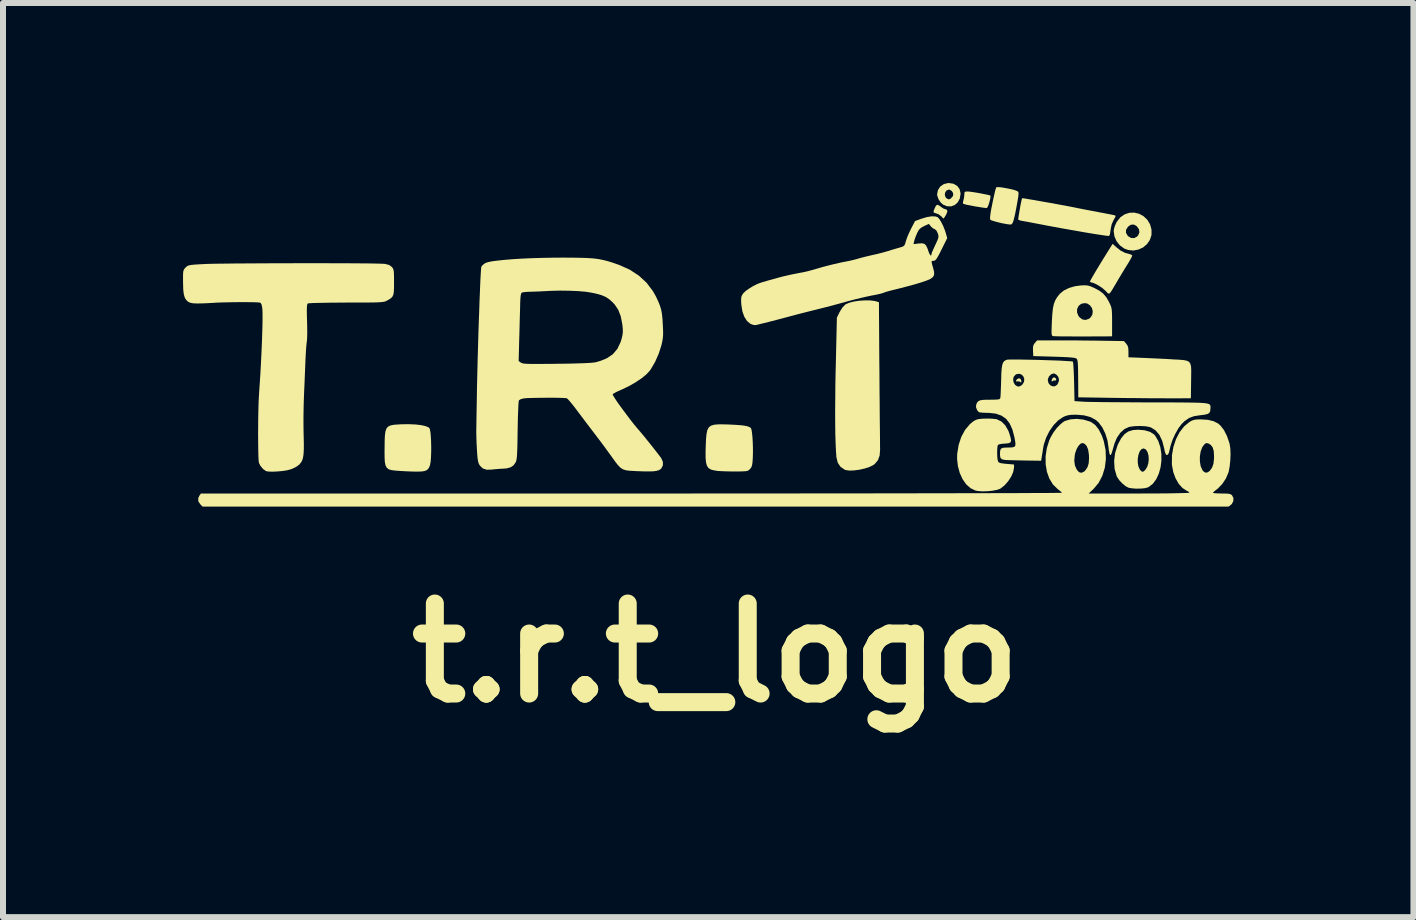
<source format=kicad_pcb>
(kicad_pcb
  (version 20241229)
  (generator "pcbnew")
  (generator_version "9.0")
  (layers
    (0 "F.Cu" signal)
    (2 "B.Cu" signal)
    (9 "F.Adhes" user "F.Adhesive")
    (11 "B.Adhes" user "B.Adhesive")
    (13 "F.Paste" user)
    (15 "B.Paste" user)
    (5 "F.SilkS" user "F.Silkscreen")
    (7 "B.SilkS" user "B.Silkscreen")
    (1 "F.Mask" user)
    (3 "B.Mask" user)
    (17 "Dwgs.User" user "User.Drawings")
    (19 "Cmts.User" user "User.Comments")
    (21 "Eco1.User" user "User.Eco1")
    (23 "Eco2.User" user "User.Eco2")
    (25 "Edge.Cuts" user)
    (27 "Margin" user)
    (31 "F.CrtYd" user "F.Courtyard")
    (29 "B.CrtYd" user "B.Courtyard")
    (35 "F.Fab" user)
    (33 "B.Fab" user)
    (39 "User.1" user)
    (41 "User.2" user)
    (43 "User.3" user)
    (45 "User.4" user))
  (footprint "t.r.t_logo"
    (layer "F.Cu")
    (at 8.862 2.829)
    (property "Reference" "t.r.t_logo" (at 0.013 5 0) (layer "F.SilkS") (effects (font (size 1.5 1.5) (thickness 0.3))))
    (attr board_only exclude_from_pos_files exclude_from_bom)
    (fp_poly (pts (xy 5.665 0.411) (xy 5.686 0.432) (xy 5.69 0.446) (xy 5.682 0.462) (xy 5.673 0.461) (xy 5.649 0.461) (xy 5.634 0.469) (xy 5.616 0.48) (xy 5.612 0.467) (xy 5.622 0.431) (xy 5.645 0.411)) (stroke (width 0) (type solid)) (fill yes) (layer "F.SilkS"))
    (fp_poly (pts (xy 5.094 0.435) (xy 5.104 0.454) (xy 5.109 0.484) (xy 5.102 0.497) (xy 5.089 0.486) (xy 5.088 0.485) (xy 5.066 0.475) (xy 5.047 0.477) (xy 5.022 0.478) (xy 5.02 0.462) (xy 5.036 0.441) (xy 5.068 0.423)) (stroke (width 0) (type solid)) (fill yes) (layer "F.SilkS"))
    (fp_poly (pts (xy 3.739 -2.454) (xy 3.77 -2.431) (xy 3.808 -2.405) (xy 3.842 -2.392) (xy 3.846 -2.392) (xy 3.871 -2.381) (xy 3.874 -2.35) (xy 3.855 -2.303) (xy 3.845 -2.286) (xy 3.825 -2.254) (xy 3.812 -2.237) (xy 3.81 -2.237) (xy 3.798 -2.248) (xy 3.774 -2.274) (xy 3.771 -2.276) (xy 3.731 -2.307) (xy 3.689 -2.323) (xy 3.658 -2.332) (xy 3.645 -2.345) (xy 3.649 -2.371) (xy 3.666 -2.413) (xy 3.686 -2.453) (xy 3.709 -2.467)) (stroke (width 0) (type solid)) (fill yes) (layer "F.SilkS"))
    (fp_poly (pts (xy 4.242 -2.686) (xy 4.294 -2.679) (xy 4.358 -2.669) (xy 4.426 -2.657) (xy 4.491 -2.644) (xy 4.545 -2.633) (xy 4.581 -2.624) (xy 4.591 -2.62) (xy 4.594 -2.599) (xy 4.588 -2.56) (xy 4.576 -2.512) (xy 4.561 -2.464) (xy 4.545 -2.428) (xy 4.532 -2.412) (xy 4.532 -2.412) (xy 4.508 -2.414) (xy 4.461 -2.42) (xy 4.397 -2.43) (xy 4.33 -2.441) (xy 4.258 -2.455) (xy 4.197 -2.467) (xy 4.155 -2.478) (xy 4.138 -2.484) (xy 4.134 -2.506) (xy 4.142 -2.538) (xy 4.153 -2.585) (xy 4.158 -2.635) (xy 4.16 -2.671) (xy 4.174 -2.686) (xy 4.209 -2.688)) (stroke (width 0) (type solid)) (fill yes) (layer "F.SilkS"))
    (fp_poly (pts (xy 3.977 -2.817) (xy 4.039 -2.781) (xy 4.079 -2.727) (xy 4.095 -2.658) (xy 4.095 -2.652) (xy 4.083 -2.572) (xy 4.049 -2.508) (xy 3.999 -2.463) (xy 3.937 -2.44) (xy 3.868 -2.442) (xy 3.805 -2.468) (xy 3.761 -2.508) (xy 3.725 -2.565) (xy 3.706 -2.623) (xy 3.705 -2.634) (xy 3.832 -2.634) (xy 3.844 -2.594) (xy 3.864 -2.572) (xy 3.894 -2.557) (xy 3.921 -2.563) (xy 3.929 -2.569) (xy 3.959 -2.6) (xy 3.972 -2.623) (xy 3.971 -2.66) (xy 3.95 -2.695) (xy 3.916 -2.717) (xy 3.901 -2.72) (xy 3.864 -2.707) (xy 3.84 -2.675) (xy 3.832 -2.634) (xy 3.705 -2.634) (xy 3.704 -2.641) (xy 3.719 -2.713) (xy 3.758 -2.772) (xy 3.817 -2.812) (xy 3.89 -2.829) (xy 3.9 -2.829)) (stroke (width 0) (type solid)) (fill yes) (layer "F.SilkS"))
    (fp_poly (pts (xy 4.754 -2.759) (xy 4.812 -2.751) (xy 4.876 -2.739) (xy 4.94 -2.726) (xy 4.994 -2.712) (xy 5.029 -2.699) (xy 5.045 -2.691) (xy 5.056 -2.681) (xy 5.061 -2.664) (xy 5.06 -2.634) (xy 5.055 -2.588) (xy 5.043 -2.521) (xy 5.027 -2.431) (xy 5.007 -2.327) (xy 4.99 -2.251) (xy 4.976 -2.198) (xy 4.962 -2.163) (xy 4.947 -2.144) (xy 4.937 -2.138) (xy 4.913 -2.138) (xy 4.867 -2.144) (xy 4.806 -2.155) (xy 4.763 -2.164) (xy 4.696 -2.181) (xy 4.64 -2.197) (xy 4.603 -2.21) (xy 4.592 -2.217) (xy 4.587 -2.232) (xy 4.587 -2.263) (xy 4.593 -2.314) (xy 4.605 -2.388) (xy 4.625 -2.488) (xy 4.625 -2.489) (xy 4.643 -2.575) (xy 4.66 -2.65) (xy 4.674 -2.71) (xy 4.686 -2.747) (xy 4.691 -2.758) (xy 4.711 -2.761)) (stroke (width 0) (type solid)) (fill yes) (layer "F.SilkS"))
    (fp_poly (pts (xy 6.69 -1.76) (xy 6.765 -1.701) (xy 6.838 -1.665) (xy 6.898 -1.649) (xy 6.935 -1.637) (xy 6.955 -1.623) (xy 6.956 -1.619) (xy 6.948 -1.599) (xy 6.927 -1.559) (xy 6.896 -1.505) (xy 6.873 -1.468) (xy 6.828 -1.396) (xy 6.776 -1.31) (xy 6.724 -1.223) (xy 6.699 -1.18) (xy 6.651 -1.099) (xy 6.617 -1.042) (xy 6.593 -1.006) (xy 6.575 -0.988) (xy 6.56 -0.987) (xy 6.543 -0.998) (xy 6.523 -1.02) (xy 6.509 -1.034) (xy 6.465 -1.073) (xy 6.409 -1.112) (xy 6.351 -1.145) (xy 6.3 -1.167) (xy 6.272 -1.172) (xy 6.254 -1.183) (xy 6.252 -1.189) (xy 6.26 -1.207) (xy 6.283 -1.248) (xy 6.318 -1.309) (xy 6.363 -1.385) (xy 6.417 -1.474) (xy 6.477 -1.572) (xy 6.542 -1.676) (xy 6.592 -1.756) (xy 6.629 -1.815)) (stroke (width 0) (type solid)) (fill yes) (layer "F.SilkS"))
    (fp_poly (pts (xy -4.984 1.195) (xy -4.891 1.206) (xy -4.817 1.223) (xy -4.769 1.244) (xy -4.757 1.253) (xy -4.747 1.281) (xy -4.738 1.333) (xy -4.732 1.403) (xy -4.728 1.486) (xy -4.726 1.575) (xy -4.727 1.664) (xy -4.73 1.747) (xy -4.736 1.816) (xy -4.745 1.867) (xy -4.749 1.88) (xy -4.763 1.914) (xy -4.781 1.939) (xy -4.805 1.958) (xy -4.839 1.971) (xy -4.888 1.978) (xy -4.955 1.98) (xy -5.043 1.979) (xy -5.157 1.974) (xy -5.228 1.97) (xy -5.317 1.964) (xy -5.384 1.956) (xy -5.433 1.942) (xy -5.466 1.917) (xy -5.487 1.878) (xy -5.499 1.82) (xy -5.503 1.741) (xy -5.504 1.635) (xy -5.503 1.593) (xy -5.502 1.472) (xy -5.498 1.38) (xy -5.489 1.311) (xy -5.472 1.262) (xy -5.444 1.23) (xy -5.402 1.21) (xy -5.345 1.199) (xy -5.269 1.194) (xy -5.213 1.191) (xy -5.093 1.19)) (stroke (width 0) (type solid)) (fill yes) (layer "F.SilkS"))
    (fp_poly (pts (xy 7.07 -2.317) (xy 7.143 -2.277) (xy 7.206 -2.218) (xy 7.253 -2.141) (xy 7.277 -2.053) (xy 7.277 -1.963) (xy 7.25 -1.881) (xy 7.202 -1.811) (xy 7.137 -1.756) (xy 7.059 -1.72) (xy 6.974 -1.704) (xy 6.886 -1.714) (xy 6.823 -1.737) (xy 6.751 -1.789) (xy 6.694 -1.86) (xy 6.659 -1.942) (xy 6.651 -1.998) (xy 6.852 -1.998) (xy 6.882 -1.948) (xy 6.886 -1.944) (xy 6.935 -1.914) (xy 6.988 -1.911) (xy 7.037 -1.937) (xy 7.054 -1.956) (xy 7.076 -2.008) (xy 7.067 -2.061) (xy 7.031 -2.11) (xy 6.983 -2.137) (xy 6.933 -2.134) (xy 6.885 -2.101) (xy 6.885 -2.1) (xy 6.852 -2.049) (xy 6.852 -1.998) (xy 6.651 -1.998) (xy 6.647 -2.026) (xy 6.651 -2.062) (xy 6.665 -2.111) (xy 6.69 -2.166) (xy 6.699 -2.183) (xy 6.758 -2.258) (xy 6.829 -2.307) (xy 6.908 -2.333) (xy 6.989 -2.336)) (stroke (width 0) (type solid)) (fill yes) (layer "F.SilkS"))
    (fp_poly (pts (xy 0.168 1.193) (xy 0.227 1.195) (xy 0.349 1.201) (xy 0.444 1.208) (xy 0.514 1.218) (xy 0.563 1.231) (xy 0.593 1.247) (xy 0.603 1.257) (xy 0.612 1.285) (xy 0.62 1.337) (xy 0.627 1.407) (xy 0.632 1.49) (xy 0.635 1.579) (xy 0.635 1.667) (xy 0.633 1.748) (xy 0.632 1.766) (xy 0.627 1.834) (xy 0.619 1.88) (xy 0.607 1.91) (xy 0.589 1.934) (xy 0.585 1.938) (xy 0.568 1.954) (xy 0.55 1.965) (xy 0.524 1.972) (xy 0.485 1.975) (xy 0.427 1.977) (xy 0.344 1.978) (xy 0.34 1.978) (xy 0.253 1.977) (xy 0.169 1.975) (xy 0.098 1.972) (xy 0.047 1.969) (xy 0.047 1.969) (xy -0.02 1.958) (xy -0.071 1.943) (xy -0.108 1.918) (xy -0.133 1.879) (xy -0.147 1.824) (xy -0.154 1.747) (xy -0.154 1.646) (xy -0.152 1.568) (xy -0.147 1.448) (xy -0.139 1.357) (xy -0.125 1.29) (xy -0.101 1.243) (xy -0.063 1.214) (xy -0.008 1.198) (xy 0.068 1.192)) (stroke (width 0) (type solid)) (fill yes) (layer "F.SilkS"))
    (fp_poly (pts (xy 2.586 -0.873) (xy 2.661 -0.864) (xy 2.685 -0.858) (xy 2.735 -0.842) (xy 2.736 -0.636) (xy 2.737 -0.507) (xy 2.738 -0.364) (xy 2.739 -0.207) (xy 2.74 -0.041) (xy 2.741 0.132) (xy 2.743 0.308) (xy 2.744 0.485) (xy 2.745 0.659) (xy 2.747 0.828) (xy 2.748 0.988) (xy 2.749 1.136) (xy 2.751 1.27) (xy 2.752 1.386) (xy 2.753 1.482) (xy 2.753 1.554) (xy 2.754 1.599) (xy 2.754 1.61) (xy 2.747 1.711) (xy 2.718 1.79) (xy 2.666 1.852) (xy 2.643 1.869) (xy 2.58 1.901) (xy 2.499 1.928) (xy 2.411 1.948) (xy 2.323 1.96) (xy 2.243 1.963) (xy 2.181 1.954) (xy 2.164 1.948) (xy 2.095 1.901) (xy 2.049 1.833) (xy 2.027 1.744) (xy 2.026 1.74) (xy 2.019 1.64) (xy 2.013 1.511) (xy 2.008 1.356) (xy 2.006 1.177) (xy 2.005 0.975) (xy 2.007 0.754) (xy 2.009 0.515) (xy 2.014 0.261) (xy 2.016 0.203) (xy 2.034 -0.586) (xy 2.08 -0.68) (xy 2.125 -0.753) (xy 2.173 -0.803) (xy 2.181 -0.809) (xy 2.236 -0.833) (xy 2.313 -0.853) (xy 2.403 -0.867) (xy 2.497 -0.873)) (stroke (width 0) (type solid)) (fill yes) (layer "F.SilkS"))
    (fp_poly (pts (xy 7.161 1.291) (xy 7.251 1.317) (xy 7.318 1.359) (xy 7.339 1.383) (xy 7.39 1.47) (xy 7.424 1.572) (xy 7.441 1.682) (xy 7.442 1.796) (xy 7.428 1.908) (xy 7.399 2.013) (xy 7.356 2.106) (xy 7.3 2.182) (xy 7.232 2.235) (xy 7.211 2.245) (xy 7.162 2.257) (xy 7.094 2.263) (xy 7.018 2.264) (xy 6.946 2.258) (xy 6.896 2.249) (xy 6.847 2.224) (xy 6.792 2.179) (xy 6.741 2.125) (xy 6.703 2.069) (xy 6.696 2.053) (xy 6.662 1.935) (xy 6.656 1.832) (xy 7.048 1.832) (xy 7.059 1.894) (xy 7.082 1.945) (xy 7.092 1.958) (xy 7.118 1.981) (xy 7.142 1.98) (xy 7.171 1.954) (xy 7.174 1.951) (xy 7.205 1.902) (xy 7.224 1.841) (xy 7.231 1.775) (xy 7.227 1.711) (xy 7.211 1.655) (xy 7.186 1.614) (xy 7.151 1.595) (xy 7.143 1.594) (xy 7.107 1.608) (xy 7.079 1.646) (xy 7.059 1.701) (xy 7.048 1.765) (xy 7.048 1.832) (xy 6.656 1.832) (xy 6.654 1.805) (xy 6.67 1.672) (xy 6.711 1.542) (xy 6.722 1.517) (xy 6.773 1.422) (xy 6.828 1.355) (xy 6.891 1.311) (xy 6.967 1.288) (xy 7.054 1.282)) (stroke (width 0) (type solid)) (fill yes) (layer "F.SilkS"))
    (fp_poly (pts (xy 5.136 -2.575) (xy 5.178 -2.569) (xy 5.241 -2.558) (xy 5.322 -2.545) (xy 5.416 -2.528) (xy 5.517 -2.51) (xy 5.623 -2.492) (xy 5.727 -2.472) (xy 5.827 -2.454) (xy 5.916 -2.437) (xy 5.979 -2.425) (xy 6.051 -2.41) (xy 6.143 -2.392) (xy 6.247 -2.372) (xy 6.351 -2.353) (xy 6.393 -2.344) (xy 6.48 -2.328) (xy 6.557 -2.313) (xy 6.618 -2.301) (xy 6.658 -2.292) (xy 6.671 -2.289) (xy 6.678 -2.276) (xy 6.665 -2.246) (xy 6.65 -2.221) (xy 6.614 -2.144) (xy 6.598 -2.068) (xy 6.59 -2.01) (xy 6.584 -1.975) (xy 6.576 -1.957) (xy 6.567 -1.947) (xy 6.549 -1.948) (xy 6.505 -1.953) (xy 6.439 -1.963) (xy 6.354 -1.976) (xy 6.255 -1.992) (xy 6.159 -2.008) (xy 6.03 -2.03) (xy 5.893 -2.055) (xy 5.755 -2.079) (xy 5.627 -2.103) (xy 5.518 -2.123) (xy 5.479 -2.131) (xy 5.384 -2.149) (xy 5.295 -2.166) (xy 5.218 -2.181) (xy 5.16 -2.191) (xy 5.131 -2.196) (xy 5.088 -2.205) (xy 5.061 -2.216) (xy 5.057 -2.219) (xy 5.057 -2.237) (xy 5.063 -2.278) (xy 5.072 -2.334) (xy 5.083 -2.398) (xy 5.094 -2.462) (xy 5.106 -2.518) (xy 5.115 -2.559) (xy 5.121 -2.576)) (stroke (width 0) (type solid)) (fill yes) (layer "F.SilkS"))
    (fp_poly (pts (xy 4.639 1.1) (xy 4.69 1.106) (xy 4.699 1.108) (xy 4.776 1.145) (xy 4.84 1.209) (xy 4.891 1.298) (xy 4.908 1.344) (xy 4.929 1.415) (xy 4.937 1.462) (xy 4.929 1.49) (xy 4.903 1.505) (xy 4.857 1.512) (xy 4.83 1.513) (xy 4.775 1.518) (xy 4.734 1.527) (xy 4.717 1.537) (xy 4.71 1.564) (xy 4.706 1.612) (xy 4.705 1.671) (xy 4.707 1.731) (xy 4.712 1.781) (xy 4.72 1.812) (xy 4.72 1.812) (xy 4.735 1.828) (xy 4.766 1.839) (xy 4.819 1.847) (xy 4.861 1.851) (xy 4.986 1.862) (xy 4.986 1.912) (xy 4.973 1.984) (xy 4.939 2.063) (xy 4.888 2.141) (xy 4.828 2.209) (xy 4.762 2.261) (xy 4.747 2.269) (xy 4.695 2.286) (xy 4.622 2.299) (xy 4.538 2.307) (xy 4.454 2.309) (xy 4.381 2.303) (xy 4.343 2.296) (xy 4.262 2.257) (xy 4.19 2.193) (xy 4.129 2.107) (xy 4.082 2.004) (xy 4.051 1.89) (xy 4.037 1.767) (xy 4.039 1.683) (xy 4.063 1.536) (xy 4.107 1.402) (xy 4.17 1.285) (xy 4.249 1.191) (xy 4.296 1.151) (xy 4.333 1.127) (xy 4.366 1.112) (xy 4.407 1.103) (xy 4.464 1.098) (xy 4.5 1.097) (xy 4.571 1.096)) (stroke (width 0) (type solid)) (fill yes) (layer "F.SilkS"))
    (fp_poly (pts (xy 5.78 -0.207) (xy 5.907 -0.207) (xy 6.047 -0.206) (xy 6.192 -0.204) (xy 6.332 -0.203) (xy 6.398 -0.202) (xy 6.818 -0.195) (xy 6.856 -0.151) (xy 6.879 -0.118) (xy 6.89 -0.078) (xy 6.893 -0.02) (xy 6.893 -0.016) (xy 6.893 0.075) (xy 7.139 0.085) (xy 7.251 0.09) (xy 7.379 0.096) (xy 7.509 0.102) (xy 7.624 0.109) (xy 7.636 0.11) (xy 7.735 0.115) (xy 7.81 0.121) (xy 7.865 0.132) (xy 7.902 0.15) (xy 7.924 0.181) (xy 7.936 0.229) (xy 7.939 0.296) (xy 7.938 0.388) (xy 7.937 0.475) (xy 7.933 0.758) (xy 7.565 0.759) (xy 7.458 0.758) (xy 7.326 0.758) (xy 7.177 0.757) (xy 7.019 0.755) (xy 6.858 0.754) (xy 6.701 0.752) (xy 6.627 0.751) (xy 6.057 0.742) (xy 6.055 0.432) (xy 6.054 0.322) (xy 6.052 0.239) (xy 6.049 0.179) (xy 6.045 0.139) (xy 6.038 0.113) (xy 6.03 0.099) (xy 6.03 0.099) (xy 6.016 0.091) (xy 5.99 0.084) (xy 5.947 0.079) (xy 5.886 0.074) (xy 5.801 0.07) (xy 5.689 0.066) (xy 5.657 0.065) (xy 5.307 0.055) (xy 5.302 -0.033) (xy 5.302 -0.089) (xy 5.309 -0.127) (xy 5.328 -0.158) (xy 5.334 -0.164) (xy 5.37 -0.206) (xy 5.674 -0.207)) (stroke (width 0) (type solid)) (fill yes) (layer "F.SilkS"))
    (fp_poly (pts (xy 6.213 -1.121) (xy 6.257 -1.109) (xy 6.31 -1.086) (xy 6.318 -1.083) (xy 6.406 -1.036) (xy 6.471 -0.987) (xy 6.522 -0.928) (xy 6.567 -0.85) (xy 6.568 -0.847) (xy 6.588 -0.807) (xy 6.602 -0.773) (xy 6.611 -0.739) (xy 6.616 -0.699) (xy 6.619 -0.646) (xy 6.62 -0.573) (xy 6.62 -0.508) (xy 6.62 -0.274) (xy 6.143 -0.272) (xy 6.023 -0.272) (xy 5.912 -0.273) (xy 5.814 -0.273) (xy 5.734 -0.274) (xy 5.675 -0.276) (xy 5.641 -0.277) (xy 5.636 -0.278) (xy 5.625 -0.282) (xy 5.618 -0.292) (xy 5.613 -0.312) (xy 5.611 -0.347) (xy 5.612 -0.401) (xy 5.615 -0.48) (xy 5.617 -0.529) (xy 5.624 -0.647) (xy 5.627 -0.675) (xy 6.036 -0.675) (xy 6.058 -0.617) (xy 6.074 -0.595) (xy 6.124 -0.556) (xy 6.179 -0.547) (xy 6.235 -0.567) (xy 6.258 -0.585) (xy 6.29 -0.633) (xy 6.298 -0.689) (xy 6.285 -0.744) (xy 6.253 -0.79) (xy 6.207 -0.821) (xy 6.164 -0.828) (xy 6.105 -0.816) (xy 6.062 -0.781) (xy 6.038 -0.732) (xy 6.036 -0.675) (xy 5.627 -0.675) (xy 5.634 -0.74) (xy 5.65 -0.814) (xy 5.673 -0.874) (xy 5.705 -0.928) (xy 5.748 -0.981) (xy 5.748 -0.982) (xy 5.814 -1.037) (xy 5.902 -1.08) (xy 6.005 -1.11) (xy 6.099 -1.122) (xy 6.165 -1.125)) (stroke (width 0) (type solid)) (fill yes) (layer "F.SilkS"))
    (fp_poly (pts (xy 3.677 -2.272) (xy 3.713 -2.26) (xy 3.741 -2.23) (xy 3.773 -2.178) (xy 3.806 -2.112) (xy 3.835 -2.039) (xy 3.85 -1.991) (xy 3.873 -1.912) (xy 3.79 -1.745) (xy 3.749 -1.662) (xy 3.718 -1.605) (xy 3.695 -1.567) (xy 3.676 -1.545) (xy 3.659 -1.534) (xy 3.641 -1.532) (xy 3.64 -1.532) (xy 3.621 -1.53) (xy 3.613 -1.521) (xy 3.615 -1.497) (xy 3.626 -1.454) (xy 3.635 -1.424) (xy 3.653 -1.353) (xy 3.655 -1.302) (xy 3.638 -1.266) (xy 3.601 -1.236) (xy 3.572 -1.221) (xy 3.517 -1.199) (xy 3.436 -1.172) (xy 3.33 -1.14) (xy 3.204 -1.106) (xy 3.062 -1.069) (xy 2.972 -1.047) (xy 2.909 -1.031) (xy 2.854 -1.015) (xy 2.818 -1.003) (xy 2.812 -1) (xy 2.785 -0.991) (xy 2.735 -0.978) (xy 2.669 -0.964) (xy 2.609 -0.953) (xy 2.533 -0.937) (xy 2.437 -0.915) (xy 2.33 -0.889) (xy 2.223 -0.861) (xy 2.168 -0.846) (xy 2.064 -0.817) (xy 1.954 -0.787) (xy 1.849 -0.76) (xy 1.758 -0.737) (xy 1.719 -0.727) (xy 1.629 -0.705) (xy 1.523 -0.678) (xy 1.416 -0.651) (xy 1.336 -0.63) (xy 1.186 -0.59) (xy 1.062 -0.557) (xy 0.958 -0.53) (xy 0.871 -0.507) (xy 0.795 -0.489) (xy 0.727 -0.472) (xy 0.679 -0.461) (xy 0.644 -0.464) (xy 0.601 -0.479) (xy 0.593 -0.483) (xy 0.537 -0.529) (xy 0.491 -0.601) (xy 0.459 -0.692) (xy 0.442 -0.799) (xy 0.441 -0.813) (xy 0.438 -0.877) (xy 0.44 -0.919) (xy 0.448 -0.949) (xy 0.464 -0.976) (xy 0.474 -0.991) (xy 0.513 -1.029) (xy 0.572 -1.071) (xy 0.641 -1.113) (xy 0.711 -1.148) (xy 0.768 -1.169) (xy 0.89 -1.205) (xy 0.989 -1.232) (xy 1.07 -1.255) (xy 1.139 -1.273) (xy 1.205 -1.288) (xy 1.271 -1.303) (xy 1.345 -1.318) (xy 1.433 -1.335) (xy 1.446 -1.337) (xy 1.527 -1.354) (xy 1.615 -1.377) (xy 1.688 -1.398) (xy 1.812 -1.434) (xy 1.953 -1.47) (xy 2.095 -1.503) (xy 2.201 -1.524) (xy 2.271 -1.538) (xy 2.339 -1.555) (xy 2.389 -1.569) (xy 2.437 -1.583) (xy 2.504 -1.6) (xy 2.58 -1.618) (xy 2.618 -1.627) (xy 2.702 -1.646) (xy 2.79 -1.668) (xy 2.867 -1.69) (xy 2.892 -1.697) (xy 2.961 -1.719) (xy 3.03 -1.739) (xy 3.085 -1.755) (xy 3.086 -1.755) (xy 3.13 -1.769) (xy 3.156 -1.786) (xy 3.169 -1.811) (xy 3.311 -1.811) (xy 3.396 -1.821) (xy 3.453 -1.825) (xy 3.493 -1.815) (xy 3.521 -1.787) (xy 3.545 -1.736) (xy 3.558 -1.696) (xy 3.576 -1.65) (xy 3.593 -1.624) (xy 3.605 -1.621) (xy 3.611 -1.645) (xy 3.611 -1.647) (xy 3.617 -1.669) (xy 3.635 -1.711) (xy 3.66 -1.767) (xy 3.674 -1.797) (xy 3.703 -1.859) (xy 3.72 -1.901) (xy 3.727 -1.931) (xy 3.725 -1.957) (xy 3.717 -1.988) (xy 3.715 -1.991) (xy 3.692 -2.039) (xy 3.665 -2.06) (xy 3.664 -2.06) (xy 3.634 -2.075) (xy 3.601 -2.105) (xy 3.6 -2.107) (xy 3.566 -2.148) (xy 3.486 -2.111) (xy 3.436 -2.083) (xy 3.403 -2.052) (xy 3.376 -2.005) (xy 3.37 -1.992) (xy 3.347 -1.936) (xy 3.328 -1.884) (xy 3.322 -1.86) (xy 3.311 -1.811) (xy 3.169 -1.811) (xy 3.171 -1.814) (xy 3.183 -1.859) (xy 3.201 -1.912) (xy 3.228 -1.979) (xy 3.261 -2.049) (xy 3.271 -2.069) (xy 3.337 -2.196) (xy 3.439 -2.233) (xy 3.532 -2.261) (xy 3.613 -2.274)) (stroke (width 0) (type solid)) (fill yes) (layer "F.SilkS"))
    (fp_poly (pts (xy -6.538 -1.493) (xy -6.357 -1.492) (xy -6.186 -1.492) (xy -6.028 -1.491) (xy -5.885 -1.49) (xy -5.76 -1.489) (xy -5.655 -1.487) (xy -5.574 -1.485) (xy -5.519 -1.483) (xy -5.494 -1.481) (xy -5.427 -1.463) (xy -5.381 -1.43) (xy -5.381 -1.429) (xy -5.367 -1.411) (xy -5.357 -1.391) (xy -5.351 -1.362) (xy -5.347 -1.319) (xy -5.346 -1.257) (xy -5.346 -1.174) (xy -5.346 -1.082) (xy -5.349 -1.015) (xy -5.357 -0.968) (xy -5.373 -0.935) (xy -5.398 -0.909) (xy -5.435 -0.885) (xy -5.471 -0.866) (xy -5.487 -0.858) (xy -5.505 -0.852) (xy -5.531 -0.848) (xy -5.565 -0.844) (xy -5.613 -0.841) (xy -5.676 -0.839) (xy -5.757 -0.838) (xy -5.861 -0.837) (xy -5.99 -0.837) (xy -6.143 -0.837) (xy -6.279 -0.836) (xy -6.407 -0.835) (xy -6.521 -0.833) (xy -6.619 -0.831) (xy -6.697 -0.829) (xy -6.752 -0.826) (xy -6.78 -0.823) (xy -6.782 -0.822) (xy -6.79 -0.812) (xy -6.795 -0.79) (xy -6.798 -0.753) (xy -6.799 -0.696) (xy -6.798 -0.616) (xy -6.795 -0.533) (xy -6.793 -0.438) (xy -6.792 -0.348) (xy -6.793 -0.271) (xy -6.796 -0.214) (xy -6.799 -0.188) (xy -6.804 -0.147) (xy -6.81 -0.083) (xy -6.815 -0.003) (xy -6.82 0.087) (xy -6.822 0.133) (xy -6.826 0.23) (xy -6.831 0.348) (xy -6.836 0.477) (xy -6.842 0.607) (xy -6.847 0.724) (xy -6.851 0.851) (xy -6.854 0.993) (xy -6.855 1.138) (xy -6.854 1.273) (xy -6.852 1.373) (xy -6.849 1.501) (xy -6.849 1.602) (xy -6.853 1.681) (xy -6.861 1.741) (xy -6.874 1.788) (xy -6.893 1.824) (xy -6.919 1.856) (xy -6.931 1.868) (xy -6.974 1.899) (xy -7.033 1.929) (xy -7.074 1.944) (xy -7.132 1.959) (xy -7.205 1.97) (xy -7.284 1.977) (xy -7.36 1.981) (xy -7.425 1.98) (xy -7.471 1.974) (xy -7.479 1.971) (xy -7.528 1.937) (xy -7.572 1.884) (xy -7.596 1.837) (xy -7.601 1.809) (xy -7.605 1.754) (xy -7.607 1.677) (xy -7.609 1.581) (xy -7.61 1.472) (xy -7.611 1.353) (xy -7.61 1.229) (xy -7.609 1.104) (xy -7.607 0.983) (xy -7.604 0.869) (xy -7.6 0.768) (xy -7.595 0.684) (xy -7.594 0.664) (xy -7.583 0.502) (xy -7.572 0.335) (xy -7.563 0.167) (xy -7.555 0.002) (xy -7.548 -0.156) (xy -7.543 -0.304) (xy -7.539 -0.437) (xy -7.537 -0.553) (xy -7.537 -0.648) (xy -7.539 -0.717) (xy -7.542 -0.746) (xy -7.552 -0.801) (xy -7.568 -0.829) (xy -7.579 -0.836) (xy -7.606 -0.839) (xy -7.659 -0.842) (xy -7.732 -0.843) (xy -7.82 -0.844) (xy -7.918 -0.844) (xy -8.02 -0.843) (xy -8.12 -0.841) (xy -8.214 -0.839) (xy -8.296 -0.836) (xy -8.323 -0.834) (xy -8.45 -0.827) (xy -8.55 -0.823) (xy -8.627 -0.822) (xy -8.684 -0.824) (xy -8.726 -0.83) (xy -8.757 -0.84) (xy -8.78 -0.853) (xy -8.811 -0.883) (xy -8.834 -0.922) (xy -8.849 -0.976) (xy -8.858 -1.049) (xy -8.861 -1.146) (xy -8.862 -1.185) (xy -8.862 -1.266) (xy -8.861 -1.322) (xy -8.857 -1.359) (xy -8.849 -1.383) (xy -8.837 -1.402) (xy -8.82 -1.421) (xy -8.802 -1.437) (xy -8.785 -1.449) (xy -8.761 -1.457) (xy -8.726 -1.464) (xy -8.676 -1.469) (xy -8.603 -1.474) (xy -8.519 -1.478) (xy -8.462 -1.481) (xy -8.379 -1.483) (xy -8.272 -1.485) (xy -8.146 -1.486) (xy -8.002 -1.488) (xy -7.842 -1.489) (xy -7.671 -1.49) (xy -7.49 -1.491) (xy -7.302 -1.492) (xy -7.11 -1.492) (xy -6.917 -1.493) (xy -6.725 -1.493)) (stroke (width 0) (type solid)) (fill yes) (layer "F.SilkS"))
    (fp_poly (pts (xy 6.142 1.113) (xy 6.246 1.144) (xy 6.275 1.157) (xy 6.34 1.204) (xy 6.399 1.28) (xy 6.449 1.379) (xy 6.481 1.471) (xy 6.512 1.621) (xy 6.517 1.77) (xy 6.499 1.915) (xy 6.458 2.049) (xy 6.395 2.169) (xy 6.311 2.269) (xy 6.309 2.27) (xy 6.23 2.345) (xy 7.07 2.345) (xy 7.233 2.344) (xy 7.386 2.344) (xy 7.523 2.343) (xy 7.645 2.341) (xy 7.746 2.339) (xy 7.825 2.337) (xy 7.88 2.335) (xy 7.907 2.332) (xy 7.909 2.331) (xy 7.896 2.316) (xy 7.865 2.299) (xy 7.862 2.298) (xy 7.793 2.253) (xy 7.731 2.184) (xy 7.679 2.094) (xy 7.64 1.99) (xy 7.619 1.878) (xy 7.616 1.849) (xy 7.617 1.809) (xy 8.083 1.809) (xy 8.096 1.889) (xy 8.125 1.955) (xy 8.139 1.973) (xy 8.177 1.998) (xy 8.217 1.991) (xy 8.249 1.966) (xy 8.286 1.914) (xy 8.309 1.85) (xy 8.318 1.767) (xy 8.319 1.723) (xy 8.314 1.637) (xy 8.296 1.576) (xy 8.263 1.534) (xy 8.229 1.513) (xy 8.194 1.504) (xy 8.165 1.518) (xy 8.125 1.569) (xy 8.097 1.641) (xy 8.083 1.724) (xy 8.083 1.809) (xy 7.617 1.809) (xy 7.618 1.707) (xy 7.642 1.568) (xy 7.685 1.439) (xy 7.745 1.323) (xy 7.82 1.227) (xy 7.905 1.156) (xy 7.947 1.131) (xy 7.986 1.118) (xy 8.032 1.111) (xy 8.097 1.11) (xy 8.216 1.117) (xy 8.312 1.14) (xy 8.389 1.18) (xy 8.428 1.215) (xy 8.485 1.289) (xy 8.534 1.386) (xy 8.573 1.498) (xy 8.581 1.53) (xy 8.591 1.602) (xy 8.594 1.694) (xy 8.59 1.793) (xy 8.58 1.89) (xy 8.565 1.974) (xy 8.559 1.995) (xy 8.517 2.094) (xy 8.457 2.185) (xy 8.386 2.259) (xy 8.367 2.274) (xy 8.33 2.303) (xy 8.306 2.325) (xy 8.301 2.333) (xy 8.315 2.338) (xy 8.353 2.342) (xy 8.41 2.344) (xy 8.446 2.345) (xy 8.518 2.346) (xy 8.565 2.349) (xy 8.595 2.357) (xy 8.614 2.37) (xy 8.618 2.373) (xy 8.642 2.42) (xy 8.64 2.473) (xy 8.615 2.52) (xy 8.603 2.531) (xy 8.561 2.563) (xy 0.013 2.563) (xy -8.536 2.563) (xy -8.574 2.525) (xy -8.607 2.475) (xy -8.608 2.421) (xy -8.588 2.379) (xy -8.564 2.345) (xy -1.39 2.345) (xy -0.918 2.345) (xy -0.454 2.345) (xy 0.001 2.344) (xy 0.446 2.344) (xy 0.88 2.344) (xy 1.303 2.344) (xy 1.712 2.343) (xy 2.108 2.343) (xy 2.489 2.343) (xy 2.855 2.342) (xy 3.203 2.342) (xy 3.534 2.341) (xy 3.847 2.341) (xy 4.139 2.34) (xy 4.411 2.34) (xy 4.662 2.339) (xy 4.89 2.339) (xy 5.094 2.338) (xy 5.274 2.337) (xy 5.428 2.337) (xy 5.556 2.336) (xy 5.656 2.335) (xy 5.728 2.334) (xy 5.771 2.334) (xy 5.783 2.333) (xy 5.771 2.318) (xy 5.741 2.292) (xy 5.712 2.27) (xy 5.634 2.194) (xy 5.575 2.097) (xy 5.534 1.983) (xy 5.513 1.858) (xy 5.513 1.797) (xy 5.99 1.797) (xy 6.001 1.879) (xy 6.033 1.95) (xy 6.07 1.99) (xy 6.111 2) (xy 6.155 1.979) (xy 6.18 1.953) (xy 6.212 1.903) (xy 6.23 1.842) (xy 6.236 1.763) (xy 6.234 1.696) (xy 6.221 1.613) (xy 6.195 1.55) (xy 6.157 1.513) (xy 6.131 1.504) (xy 6.097 1.513) (xy 6.062 1.548) (xy 6.03 1.602) (xy 6.006 1.669) (xy 5.999 1.699) (xy 5.99 1.797) (xy 5.513 1.797) (xy 5.512 1.726) (xy 5.532 1.591) (xy 5.573 1.459) (xy 5.6 1.401) (xy 5.644 1.326) (xy 5.699 1.253) (xy 5.759 1.191) (xy 5.816 1.146) (xy 5.835 1.136) (xy 5.926 1.109) (xy 6.032 1.101)) (stroke (width 0) (type solid)) (fill yes) (layer "F.SilkS"))
    (fp_poly (pts (xy 5.111 0.113) (xy 5.213 0.115) (xy 5.324 0.117) (xy 5.437 0.12) (xy 5.551 0.124) (xy 5.659 0.127) (xy 5.757 0.131) (xy 5.841 0.136) (xy 5.907 0.14) (xy 5.951 0.143) (xy 5.967 0.147) (xy 5.971 0.165) (xy 5.975 0.21) (xy 5.979 0.277) (xy 5.983 0.36) (xy 5.986 0.456) (xy 5.987 0.482) (xy 5.994 0.805) (xy 6.143 0.815) (xy 6.185 0.817) (xy 6.256 0.819) (xy 6.351 0.82) (xy 6.468 0.822) (xy 6.603 0.823) (xy 6.753 0.824) (xy 6.915 0.825) (xy 7.085 0.826) (xy 7.255 0.827) (xy 7.457 0.827) (xy 7.63 0.827) (xy 7.776 0.828) (xy 7.898 0.829) (xy 7.998 0.831) (xy 8.077 0.833) (xy 8.139 0.837) (xy 8.185 0.842) (xy 8.218 0.849) (xy 8.239 0.857) (xy 8.252 0.868) (xy 8.258 0.881) (xy 8.26 0.897) (xy 8.26 0.915) (xy 8.259 0.93) (xy 8.255 0.973) (xy 8.24 1.002) (xy 8.207 1.021) (xy 8.153 1.033) (xy 8.092 1.04) (xy 7.987 1.056) (xy 7.903 1.087) (xy 7.829 1.138) (xy 7.778 1.188) (xy 7.725 1.259) (xy 7.674 1.349) (xy 7.629 1.446) (xy 7.597 1.541) (xy 7.589 1.572) (xy 7.574 1.637) (xy 7.562 1.677) (xy 7.548 1.697) (xy 7.532 1.704) (xy 7.528 1.704) (xy 7.514 1.689) (xy 7.499 1.647) (xy 7.489 1.597) (xy 7.456 1.469) (xy 7.408 1.367) (xy 7.345 1.293) (xy 7.269 1.245) (xy 7.24 1.236) (xy 7.175 1.224) (xy 7.093 1.22) (xy 7.006 1.222) (xy 6.928 1.231) (xy 6.9 1.237) (xy 6.826 1.271) (xy 6.759 1.331) (xy 6.702 1.413) (xy 6.66 1.511) (xy 6.657 1.522) (xy 6.64 1.582) (xy 6.625 1.634) (xy 6.615 1.668) (xy 6.614 1.669) (xy 6.6 1.702) (xy 6.587 1.704) (xy 6.576 1.678) (xy 6.566 1.623) (xy 6.562 1.586) (xy 6.543 1.46) (xy 6.506 1.343) (xy 6.456 1.241) (xy 6.395 1.16) (xy 6.349 1.119) (xy 6.259 1.071) (xy 6.154 1.043) (xy 6.03 1.032) (xy 6.011 1.032) (xy 5.938 1.034) (xy 5.885 1.041) (xy 5.837 1.056) (xy 5.801 1.073) (xy 5.721 1.127) (xy 5.645 1.206) (xy 5.577 1.303) (xy 5.522 1.412) (xy 5.484 1.524) (xy 5.473 1.579) (xy 5.463 1.643) (xy 5.453 1.704) (xy 5.447 1.74) (xy 5.438 1.799) (xy 5.161 1.795) (xy 5.067 1.793) (xy 4.98 1.791) (xy 4.907 1.789) (xy 4.854 1.787) (xy 4.83 1.785) (xy 4.783 1.774) (xy 4.759 1.749) (xy 4.752 1.703) (xy 4.752 1.696) (xy 4.754 1.639) (xy 4.764 1.604) (xy 4.789 1.586) (xy 4.834 1.58) (xy 4.885 1.579) (xy 4.946 1.577) (xy 4.986 1.57) (xy 5.006 1.551) (xy 5.01 1.515) (xy 5.002 1.457) (xy 4.993 1.41) (xy 4.959 1.279) (xy 4.913 1.177) (xy 4.853 1.1) (xy 4.777 1.047) (xy 4.682 1.014) (xy 4.566 1.001) (xy 4.541 1.001) (xy 4.48 0.999) (xy 4.43 0.995) (xy 4.401 0.99) (xy 4.398 0.988) (xy 4.37 0.954) (xy 4.353 0.908) (xy 4.354 0.871) (xy 4.368 0.834) (xy 4.388 0.809) (xy 4.418 0.793) (xy 4.465 0.785) (xy 4.535 0.782) (xy 4.582 0.782) (xy 4.656 0.781) (xy 4.706 0.779) (xy 4.735 0.775) (xy 4.75 0.767) (xy 4.757 0.754) (xy 4.759 0.746) (xy 4.761 0.719) (xy 4.764 0.667) (xy 4.767 0.596) (xy 4.77 0.512) (xy 4.771 0.46) (xy 4.772 0.447) (xy 4.971 0.447) (xy 4.98 0.495) (xy 5.005 0.536) (xy 5.043 0.56) (xy 5.064 0.563) (xy 5.096 0.552) (xy 5.126 0.528) (xy 5.153 0.483) (xy 5.155 0.454) (xy 5.549 0.454) (xy 5.56 0.504) (xy 5.589 0.54) (xy 5.628 0.559) (xy 5.67 0.557) (xy 5.706 0.531) (xy 5.711 0.524) (xy 5.73 0.482) (xy 5.736 0.446) (xy 5.724 0.403) (xy 5.695 0.366) (xy 5.657 0.345) (xy 5.646 0.344) (xy 5.605 0.358) (xy 5.57 0.392) (xy 5.551 0.437) (xy 5.549 0.454) (xy 5.155 0.454) (xy 5.157 0.436) (xy 5.141 0.393) (xy 5.11 0.362) (xy 5.07 0.349) (xy 5.023 0.358) (xy 5.01 0.366) (xy 4.98 0.401) (xy 4.971 0.447) (xy 4.772 0.447) (xy 4.774 0.349) (xy 4.78 0.266) (xy 4.789 0.206) (xy 4.803 0.165) (xy 4.823 0.138) (xy 4.85 0.122) (xy 4.871 0.115) (xy 4.897 0.113) (xy 4.949 0.112) (xy 5.021 0.112)) (stroke (width 0) (type solid)) (fill yes) (layer "F.SilkS"))
    (fp_poly (pts (xy -2.366 -1.585) (xy -2.234 -1.583) (xy -2.123 -1.579) (xy -2.029 -1.573) (xy -1.946 -1.563) (xy -1.869 -1.548) (xy -1.794 -1.53) (xy -1.715 -1.506) (xy -1.628 -1.476) (xy -1.589 -1.462) (xy -1.418 -1.385) (xy -1.266 -1.286) (xy -1.137 -1.167) (xy -1.032 -1.028) (xy -0.98 -0.936) (xy -0.942 -0.854) (xy -0.914 -0.784) (xy -0.894 -0.718) (xy -0.881 -0.647) (xy -0.872 -0.562) (xy -0.866 -0.455) (xy -0.866 -0.453) (xy -0.862 -0.364) (xy -0.862 -0.297) (xy -0.867 -0.24) (xy -0.876 -0.186) (xy -0.89 -0.125) (xy -0.935 0.015) (xy -0.995 0.151) (xy -1.065 0.271) (xy -1.087 0.302) (xy -1.141 0.36) (xy -1.218 0.423) (xy -1.313 0.487) (xy -1.419 0.549) (xy -1.53 0.603) (xy -1.559 0.616) (xy -1.62 0.643) (xy -1.668 0.668) (xy -1.697 0.686) (xy -1.703 0.694) (xy -1.693 0.715) (xy -1.667 0.757) (xy -1.629 0.815) (xy -1.58 0.884) (xy -1.524 0.96) (xy -1.465 1.039) (xy -1.406 1.117) (xy -1.35 1.189) (xy -1.299 1.25) (xy -1.259 1.297) (xy -1.23 1.331) (xy -1.186 1.383) (xy -1.134 1.448) (xy -1.076 1.52) (xy -1.018 1.593) (xy -0.965 1.661) (xy -0.921 1.718) (xy -0.894 1.754) (xy -0.866 1.815) (xy -0.865 1.874) (xy -0.89 1.925) (xy -0.911 1.944) (xy -0.937 1.958) (xy -0.974 1.968) (xy -1.026 1.975) (xy -1.096 1.977) (xy -1.188 1.976) (xy -1.306 1.972) (xy -1.355 1.969) (xy -1.428 1.965) (xy -1.484 1.957) (xy -1.53 1.942) (xy -1.57 1.917) (xy -1.61 1.877) (xy -1.656 1.819) (xy -1.714 1.739) (xy -1.719 1.731) (xy -1.771 1.66) (xy -1.834 1.573) (xy -1.904 1.479) (xy -1.974 1.387) (xy -2.008 1.342) (xy -2.076 1.253) (xy -2.15 1.156) (xy -2.221 1.061) (xy -2.284 0.978) (xy -2.31 0.943) (xy -2.359 0.879) (xy -2.404 0.824) (xy -2.44 0.782) (xy -2.463 0.76) (xy -2.466 0.758) (xy -2.491 0.755) (xy -2.54 0.752) (xy -2.61 0.75) (xy -2.693 0.749) (xy -2.785 0.749) (xy -2.88 0.75) (xy -2.972 0.751) (xy -3.055 0.753) (xy -3.124 0.755) (xy -3.173 0.759) (xy -3.185 0.76) (xy -3.232 0.772) (xy -3.262 0.79) (xy -3.265 0.795) (xy -3.269 0.817) (xy -3.273 0.865) (xy -3.276 0.937) (xy -3.28 1.028) (xy -3.283 1.134) (xy -3.285 1.251) (xy -3.286 1.297) (xy -3.288 1.436) (xy -3.29 1.546) (xy -3.293 1.632) (xy -3.296 1.698) (xy -3.3 1.746) (xy -3.305 1.781) (xy -3.311 1.806) (xy -3.319 1.824) (xy -3.319 1.825) (xy -3.355 1.876) (xy -3.402 1.908) (xy -3.467 1.926) (xy -3.529 1.931) (xy -3.6 1.935) (xy -3.672 1.941) (xy -3.716 1.946) (xy -3.8 1.949) (xy -3.865 1.928) (xy -3.913 1.883) (xy -3.922 1.869) (xy -3.936 1.842) (xy -3.946 1.805) (xy -3.954 1.754) (xy -3.96 1.682) (xy -3.965 1.601) (xy -3.97 1.511) (xy -3.973 1.422) (xy -3.975 1.344) (xy -3.975 1.287) (xy -3.975 1.282) (xy -3.974 1.239) (xy -3.973 1.17) (xy -3.972 1.08) (xy -3.97 0.976) (xy -3.968 0.861) (xy -3.966 0.75) (xy -3.964 0.616) (xy -3.961 0.468) (xy -3.957 0.308) (xy -3.953 0.141) (xy -3.953 0.137) (xy -3.269 0.137) (xy -3.233 0.163) (xy -3.221 0.17) (xy -3.204 0.176) (xy -3.179 0.18) (xy -3.143 0.183) (xy -3.092 0.185) (xy -3.023 0.186) (xy -2.934 0.186) (xy -2.821 0.185) (xy -2.681 0.184) (xy -2.634 0.183) (xy -2.45 0.181) (xy -2.296 0.177) (xy -2.173 0.173) (xy -2.078 0.168) (xy -2.012 0.162) (xy -1.981 0.157) (xy -1.918 0.138) (xy -1.845 0.111) (xy -1.794 0.088) (xy -1.7 0.024) (xy -1.625 -0.064) (xy -1.571 -0.176) (xy -1.552 -0.237) (xy -1.539 -0.295) (xy -1.533 -0.344) (xy -1.534 -0.399) (xy -1.541 -0.47) (xy -1.543 -0.481) (xy -1.568 -0.609) (xy -1.609 -0.715) (xy -1.669 -0.805) (xy -1.708 -0.846) (xy -1.761 -0.893) (xy -1.815 -0.929) (xy -1.879 -0.957) (xy -1.959 -0.981) (xy -2.05 -1.001) (xy -2.151 -1.017) (xy -2.278 -1.028) (xy -2.423 -1.034) (xy -2.579 -1.036) (xy -2.741 -1.032) (xy -2.853 -1.026) (xy -2.932 -1.022) (xy -3.017 -1.019) (xy -3.087 -1.017) (xy -3.145 -1.014) (xy -3.192 -1.009) (xy -3.218 -1.002) (xy -3.218 -1.002) (xy -3.228 -0.985) (xy -3.236 -0.949) (xy -3.241 -0.888) (xy -3.244 -0.811) (xy -3.245 -0.743) (xy -3.248 -0.651) (xy -3.251 -0.542) (xy -3.254 -0.423) (xy -3.257 -0.303) (xy -3.259 -0.248) (xy -3.269 0.137) (xy -3.953 0.137) (xy -3.948 -0.031) (xy -3.943 -0.205) (xy -3.938 -0.379) (xy -3.932 -0.549) (xy -3.926 -0.712) (xy -3.921 -0.866) (xy -3.915 -1.007) (xy -3.91 -1.134) (xy -3.905 -1.241) (xy -3.9 -1.328) (xy -3.896 -1.391) (xy -3.893 -1.427) (xy -3.891 -1.433) (xy -3.869 -1.462) (xy -3.831 -1.491) (xy -3.818 -1.498) (xy -3.775 -1.512) (xy -3.703 -1.526) (xy -3.606 -1.538) (xy -3.488 -1.55) (xy -3.351 -1.561) (xy -3.199 -1.57) (xy -3.035 -1.577) (xy -2.862 -1.582) (xy -2.683 -1.585) (xy -2.524 -1.586)) (stroke (width 0) (type solid)) (fill yes) (layer "F.SilkS")))
  (gr_rect
    (start -3 -3)
    (end 20.504 12.233)
    (stroke (width 0.1) (type default))
    (fill no)
    (layer "Edge.Cuts")))
</source>
